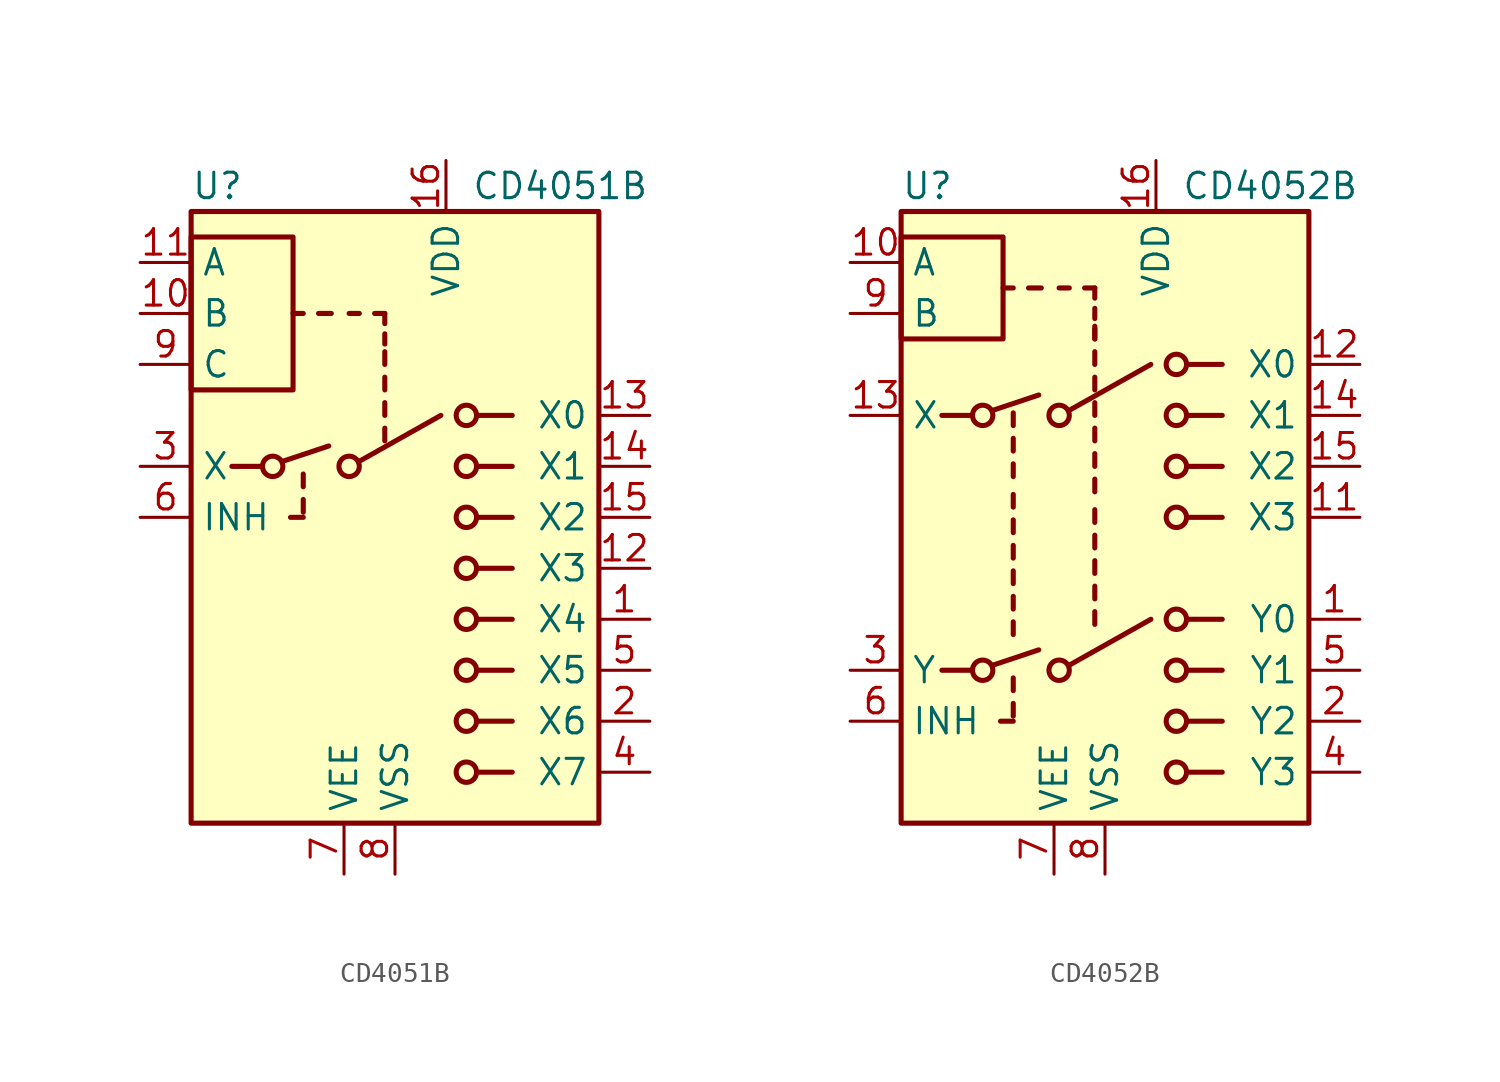
<source format=kicad_sym>
(kicad_symbol_lib
  (version 20200908)
  (generator kicad_symbol_editor)
  (symbol "Analog_Switch:CD4051B"
    (property "Reference" "U"
      (at -10.16 16.51 0)
      (effects (font (size 1.27 1.27)) (justify left)))
    (property "Value" "CD4051B"
      (at 3.81 16.51 0)
      (effects (font (size 1.27 1.27)) (justify left)))
    (symbol "CD4051B_0_1"
      (circle (center -6.096 2.54) (radius 0.508) (stroke (width 0.254)) (fill (type none)))
      (circle (center -2.286 2.54) (radius 0.508) (stroke (width 0.254)) (fill (type none)))
      (circle (center 3.556 -12.7) (radius 0.508) (stroke (width 0.254)) (fill (type none)))
      (circle (center 3.556 -10.16) (radius 0.508) (stroke (width 0.254)) (fill (type none)))
      (circle (center 3.556 -7.62) (radius 0.508) (stroke (width 0.254)) (fill (type none)))
      (circle (center 3.556 -5.08) (radius 0.508) (stroke (width 0.254)) (fill (type none)))
      (circle (center 3.556 -2.54) (radius 0.508) (stroke (width 0.254)) (fill (type none)))
      (circle (center 3.556 0) (radius 0.508) (stroke (width 0.254)) (fill (type none)))
      (circle (center 3.556 2.54) (radius 0.508) (stroke (width 0.254)) (fill (type none)))
      (circle (center 3.556 5.08) (radius 0.508) (stroke (width 0.254)) (fill (type none)))
      (rectangle (start -10.16 6.35) (end -5.08 13.97) (stroke (width 0.254)) (fill (type none)))
      (rectangle (start -10.16 15.24) (end 10.16 -15.24) (stroke (width 0.254)) (fill (type background)))
      (polyline (pts (xy -8.128 2.54) (xy -6.604 2.54)) (stroke (width 0.254)) (fill (type none)))
      (polyline (pts (xy -5.588 2.794) (xy -3.302 3.556)) (stroke (width 0.254)) (fill (type none)))
      (polyline (pts (xy -4.572 0) (xy -5.207 0)) (stroke (width 0.254)) (fill (type none)))
      (polyline (pts (xy -4.572 0.254) (xy -4.572 0.889)) (stroke (width 0.254)) (fill (type none)))
      (polyline (pts (xy -4.572 1.524) (xy -4.572 2.159)) (stroke (width 0.254)) (fill (type none)))
      (polyline (pts (xy -4.572 10.16) (xy -5.08 10.16)) (stroke (width 0.254)) (fill (type none)))
      (polyline (pts (xy -3.81 10.16) (xy -3.175 10.16)) (stroke (width 0.254)) (fill (type none)))
      (polyline (pts (xy -1.778 2.794) (xy 2.286 5.08)) (stroke (width 0.254)) (fill (type none)))
      (polyline (pts (xy -1.778 10.16) (xy -2.286 10.16)) (stroke (width 0.254)) (fill (type none)))
      (polyline (pts (xy -0.508 3.81) (xy -0.508 4.445)) (stroke (width 0.254)) (fill (type none)))
      (polyline (pts (xy -0.508 5.08) (xy -0.508 5.715)) (stroke (width 0.254)) (fill (type none)))
      (polyline (pts (xy -0.508 6.35) (xy -0.508 6.985)) (stroke (width 0.254)) (fill (type none)))
      (polyline (pts (xy -0.508 7.62) (xy -0.508 8.255)) (stroke (width 0.254)) (fill (type none)))
      (polyline (pts (xy -0.508 8.636) (xy -0.508 9.144)) (stroke (width 0.254)) (fill (type none)))
      (polyline (pts (xy -0.508 9.652) (xy -0.508 10.16)) (stroke (width 0.254)) (fill (type none)))
      (polyline (pts (xy -0.508 10.16) (xy -1.016 10.16)) (stroke (width 0.254)) (fill (type none)))
      (polyline (pts (xy 4.064 -12.7) (xy 5.842 -12.7)) (stroke (width 0.254)) (fill (type none)))
      (polyline (pts (xy 4.064 -10.16) (xy 5.842 -10.16)) (stroke (width 0.254)) (fill (type none)))
      (polyline (pts (xy 4.064 -7.62) (xy 5.842 -7.62)) (stroke (width 0.254)) (fill (type none)))
      (polyline (pts (xy 4.064 -5.08) (xy 5.842 -5.08)) (stroke (width 0.254)) (fill (type none)))
      (polyline (pts (xy 4.064 -2.54) (xy 5.842 -2.54)) (stroke (width 0.254)) (fill (type none)))
      (polyline (pts (xy 4.064 0) (xy 5.842 0)) (stroke (width 0.254)) (fill (type none)))
      (polyline (pts (xy 4.064 2.54) (xy 5.842 2.54)) (stroke (width 0.254)) (fill (type none)))
      (polyline (pts (xy 4.064 5.08) (xy 5.842 5.08)) (stroke (width 0.254)) (fill (type none))))
    (symbol "CD4051B_1_1"
      (pin bidirectional line (at 12.7 -5.08 180) (length 2.54) (name "X4" (effects (font (size 1.27 1.27)))) (number "1" (effects (font (size 1.27 1.27)))))
      (pin input line (at -12.7 10.16 0) (length 2.54) (name "B" (effects (font (size 1.27 1.27)))) (number "10" (effects (font (size 1.27 1.27)))))
      (pin input line (at -12.7 12.7 0) (length 2.54) (name "A" (effects (font (size 1.27 1.27)))) (number "11" (effects (font (size 1.27 1.27)))))
      (pin bidirectional line (at 12.7 -2.54 180) (length 2.54) (name "X3" (effects (font (size 1.27 1.27)))) (number "12" (effects (font (size 1.27 1.27)))))
      (pin bidirectional line (at 12.7 5.08 180) (length 2.54) (name "X0" (effects (font (size 1.27 1.27)))) (number "13" (effects (font (size 1.27 1.27)))))
      (pin bidirectional line (at 12.7 2.54 180) (length 2.54) (name "X1" (effects (font (size 1.27 1.27)))) (number "14" (effects (font (size 1.27 1.27)))))
      (pin bidirectional line (at 12.7 0 180) (length 2.54) (name "X2" (effects (font (size 1.27 1.27)))) (number "15" (effects (font (size 1.27 1.27)))))
      (pin power_in line (at 2.54 17.78 270) (length 2.54) (name "VDD" (effects (font (size 1.27 1.27)))) (number "16" (effects (font (size 1.27 1.27)))))
      (pin bidirectional line (at 12.7 -10.16 180) (length 2.54) (name "X6" (effects (font (size 1.27 1.27)))) (number "2" (effects (font (size 1.27 1.27)))))
      (pin bidirectional line (at -12.7 2.54 0) (length 2.54) (name "X" (effects (font (size 1.27 1.27)))) (number "3" (effects (font (size 1.27 1.27)))))
      (pin bidirectional line (at 12.7 -12.7 180) (length 2.54) (name "X7" (effects (font (size 1.27 1.27)))) (number "4" (effects (font (size 1.27 1.27)))))
      (pin bidirectional line (at 12.7 -7.62 180) (length 2.54) (name "X5" (effects (font (size 1.27 1.27)))) (number "5" (effects (font (size 1.27 1.27)))))
      (pin input line (at -12.7 0 0) (length 2.54) (name "INH" (effects (font (size 1.27 1.27)))) (number "6" (effects (font (size 1.27 1.27)))))
      (pin power_in line (at -2.54 -17.78 90) (length 2.54) (name "VEE" (effects (font (size 1.27 1.27)))) (number "7" (effects (font (size 1.27 1.27)))))
      (pin power_in line (at 0 -17.78 90) (length 2.54) (name "VSS" (effects (font (size 1.27 1.27)))) (number "8" (effects (font (size 1.27 1.27)))))
      (pin input line (at -12.7 7.62 0) (length 2.54) (name "C" (effects (font (size 1.27 1.27)))) (number "9" (effects (font (size 1.27 1.27)))))))
  (symbol "Analog_Switch:CD4052B"
    (property "Reference" "U"
      (at -10.16 16.51 0)
      (effects (font (size 1.27 1.27)) (justify left)))
    (property "Value" "CD4052B"
      (at 3.81 16.51 0)
      (effects (font (size 1.27 1.27)) (justify left)))
    (symbol "CD4052B_0_1"
      (circle (center -6.096 -7.62) (radius 0.508) (stroke (width 0.254)) (fill (type none)))
      (circle (center -6.096 5.08) (radius 0.508) (stroke (width 0.254)) (fill (type none)))
      (circle (center -2.286 -7.62) (radius 0.508) (stroke (width 0.254)) (fill (type none)))
      (circle (center -2.286 5.08) (radius 0.508) (stroke (width 0.254)) (fill (type none)))
      (circle (center 3.556 -12.7) (radius 0.508) (stroke (width 0.254)) (fill (type none)))
      (circle (center 3.556 -10.16) (radius 0.508) (stroke (width 0.254)) (fill (type none)))
      (circle (center 3.556 -7.62) (radius 0.508) (stroke (width 0.254)) (fill (type none)))
      (circle (center 3.556 -5.08) (radius 0.508) (stroke (width 0.254)) (fill (type none)))
      (circle (center 3.556 0) (radius 0.508) (stroke (width 0.254)) (fill (type none)))
      (circle (center 3.556 2.54) (radius 0.508) (stroke (width 0.254)) (fill (type none)))
      (circle (center 3.556 5.08) (radius 0.508) (stroke (width 0.254)) (fill (type none)))
      (circle (center 3.556 7.62) (radius 0.508) (stroke (width 0.254)) (fill (type none)))
      (rectangle (start -10.16 8.89) (end -5.08 13.97) (stroke (width 0.254)) (fill (type none)))
      (rectangle (start -10.16 15.24) (end 10.16 -15.24) (stroke (width 0.254)) (fill (type background)))
      (polyline (pts (xy -8.128 -7.62) (xy -6.604 -7.62)) (stroke (width 0.254)) (fill (type none)))
      (polyline (pts (xy -8.128 5.08) (xy -6.604 5.08)) (stroke (width 0.254)) (fill (type none)))
      (polyline (pts (xy -5.588 -7.366) (xy -3.302 -6.604)) (stroke (width 0.254)) (fill (type none)))
      (polyline (pts (xy -5.588 5.334) (xy -3.302 6.096)) (stroke (width 0.254)) (fill (type none)))
      (polyline (pts (xy -4.572 -10.16) (xy -5.207 -10.16)) (stroke (width 0.254)) (fill (type none)))
      (polyline (pts (xy -4.572 -9.906) (xy -4.572 -9.271)) (stroke (width 0.254)) (fill (type none)))
      (polyline (pts (xy -4.572 -8.636) (xy -4.572 -8.001)) (stroke (width 0.254)) (fill (type none)))
      (polyline (pts (xy -4.572 -5.842) (xy -4.572 -5.207)) (stroke (width 0.254)) (fill (type none)))
      (polyline (pts (xy -4.572 -4.572) (xy -4.572 -3.937)) (stroke (width 0.254)) (fill (type none)))
      (polyline (pts (xy -4.572 -3.302) (xy -4.572 -2.667)) (stroke (width 0.254)) (fill (type none)))
      (polyline (pts (xy -4.572 -2.032) (xy -4.572 -1.397)) (stroke (width 0.254)) (fill (type none)))
      (polyline (pts (xy -4.572 -0.762) (xy -4.572 -0.127)) (stroke (width 0.254)) (fill (type none)))
      (polyline (pts (xy -4.572 0.508) (xy -4.572 1.143)) (stroke (width 0.254)) (fill (type none)))
      (polyline (pts (xy -4.572 2.032) (xy -4.572 2.667)) (stroke (width 0.254)) (fill (type none)))
      (polyline (pts (xy -4.572 3.302) (xy -4.572 3.937)) (stroke (width 0.254)) (fill (type none)))
      (polyline (pts (xy -4.572 4.572) (xy -4.572 5.207)) (stroke (width 0.254)) (fill (type none)))
      (polyline (pts (xy -4.572 11.43) (xy -5.08 11.43)) (stroke (width 0.254)) (fill (type none)))
      (polyline (pts (xy -3.81 11.43) (xy -3.175 11.43)) (stroke (width 0.254)) (fill (type none)))
      (polyline (pts (xy -1.778 -7.366) (xy 2.286 -5.08)) (stroke (width 0.254)) (fill (type none)))
      (polyline (pts (xy -1.778 5.334) (xy 2.286 7.62)) (stroke (width 0.254)) (fill (type none)))
      (polyline (pts (xy -1.778 11.43) (xy -2.286 11.43)) (stroke (width 0.254)) (fill (type none)))
      (polyline (pts (xy -0.508 -5.334) (xy -0.508 -4.699)) (stroke (width 0.254)) (fill (type none)))
      (polyline (pts (xy -0.508 -4.064) (xy -0.508 -3.429)) (stroke (width 0.254)) (fill (type none)))
      (polyline (pts (xy -0.508 -2.794) (xy -0.508 -2.159)) (stroke (width 0.254)) (fill (type none)))
      (polyline (pts (xy -0.508 -1.524) (xy -0.508 -0.889)) (stroke (width 0.254)) (fill (type none)))
      (polyline (pts (xy -0.508 -0.254) (xy -0.508 0.381)) (stroke (width 0.254)) (fill (type none)))
      (polyline (pts (xy -0.508 1.27) (xy -0.508 1.905)) (stroke (width 0.254)) (fill (type none)))
      (polyline (pts (xy -0.508 2.54) (xy -0.508 3.175)) (stroke (width 0.254)) (fill (type none)))
      (polyline (pts (xy -0.508 3.81) (xy -0.508 4.445)) (stroke (width 0.254)) (fill (type none)))
      (polyline (pts (xy -0.508 5.08) (xy -0.508 5.715)) (stroke (width 0.254)) (fill (type none)))
      (polyline (pts (xy -0.508 6.35) (xy -0.508 6.985)) (stroke (width 0.254)) (fill (type none)))
      (polyline (pts (xy -0.508 7.62) (xy -0.508 8.255)) (stroke (width 0.254)) (fill (type none)))
      (polyline (pts (xy -0.508 8.89) (xy -0.508 9.398)) (stroke (width 0.254)) (fill (type none)))
      (polyline (pts (xy -0.508 8.89) (xy -0.508 9.525)) (stroke (width 0.254)) (fill (type none)))
      (polyline (pts (xy -0.508 9.906) (xy -0.508 10.414)) (stroke (width 0.254)) (fill (type none)))
      (polyline (pts (xy -0.508 10.922) (xy -0.508 11.43)) (stroke (width 0.254)) (fill (type none)))
      (polyline (pts (xy -0.508 11.43) (xy -1.016 11.43)) (stroke (width 0.254)) (fill (type none)))
      (polyline (pts (xy 4.064 -12.7) (xy 5.842 -12.7)) (stroke (width 0.254)) (fill (type none)))
      (polyline (pts (xy 4.064 -10.16) (xy 5.842 -10.16)) (stroke (width 0.254)) (fill (type none)))
      (polyline (pts (xy 4.064 -7.62) (xy 5.842 -7.62)) (stroke (width 0.254)) (fill (type none)))
      (polyline (pts (xy 4.064 -5.08) (xy 5.842 -5.08)) (stroke (width 0.254)) (fill (type none)))
      (polyline (pts (xy 4.064 0) (xy 5.842 0)) (stroke (width 0.254)) (fill (type none)))
      (polyline (pts (xy 4.064 2.54) (xy 5.842 2.54)) (stroke (width 0.254)) (fill (type none)))
      (polyline (pts (xy 4.064 5.08) (xy 5.842 5.08)) (stroke (width 0.254)) (fill (type none)))
      (polyline (pts (xy 4.064 7.62) (xy 5.842 7.62)) (stroke (width 0.254)) (fill (type none))))
    (symbol "CD4052B_1_1"
      (pin bidirectional line (at 12.7 -5.08 180) (length 2.54) (name "Y0" (effects (font (size 1.27 1.27)))) (number "1" (effects (font (size 1.27 1.27)))))
      (pin input line (at -12.7 12.7 0) (length 2.54) (name "A" (effects (font (size 1.27 1.27)))) (number "10" (effects (font (size 1.27 1.27)))))
      (pin bidirectional line (at 12.7 0 180) (length 2.54) (name "X3" (effects (font (size 1.27 1.27)))) (number "11" (effects (font (size 1.27 1.27)))))
      (pin bidirectional line (at 12.7 7.62 180) (length 2.54) (name "X0" (effects (font (size 1.27 1.27)))) (number "12" (effects (font (size 1.27 1.27)))))
      (pin bidirectional line (at -12.7 5.08 0) (length 2.54) (name "X" (effects (font (size 1.27 1.27)))) (number "13" (effects (font (size 1.27 1.27)))))
      (pin bidirectional line (at 12.7 5.08 180) (length 2.54) (name "X1" (effects (font (size 1.27 1.27)))) (number "14" (effects (font (size 1.27 1.27)))))
      (pin bidirectional line (at 12.7 2.54 180) (length 2.54) (name "X2" (effects (font (size 1.27 1.27)))) (number "15" (effects (font (size 1.27 1.27)))))
      (pin power_in line (at 2.54 17.78 270) (length 2.54) (name "VDD" (effects (font (size 1.27 1.27)))) (number "16" (effects (font (size 1.27 1.27)))))
      (pin bidirectional line (at 12.7 -10.16 180) (length 2.54) (name "Y2" (effects (font (size 1.27 1.27)))) (number "2" (effects (font (size 1.27 1.27)))))
      (pin bidirectional line (at -12.7 -7.62 0) (length 2.54) (name "Y" (effects (font (size 1.27 1.27)))) (number "3" (effects (font (size 1.27 1.27)))))
      (pin bidirectional line (at 12.7 -12.7 180) (length 2.54) (name "Y3" (effects (font (size 1.27 1.27)))) (number "4" (effects (font (size 1.27 1.27)))))
      (pin bidirectional line (at 12.7 -7.62 180) (length 2.54) (name "Y1" (effects (font (size 1.27 1.27)))) (number "5" (effects (font (size 1.27 1.27)))))
      (pin input line (at -12.7 -10.16 0) (length 2.54) (name "INH" (effects (font (size 1.27 1.27)))) (number "6" (effects (font (size 1.27 1.27)))))
      (pin power_in line (at -2.54 -17.78 90) (length 2.54) (name "VEE" (effects (font (size 1.27 1.27)))) (number "7" (effects (font (size 1.27 1.27)))))
      (pin power_in line (at 0 -17.78 90) (length 2.54) (name "VSS" (effects (font (size 1.27 1.27)))) (number "8" (effects (font (size 1.27 1.27)))))
      (pin input line (at -12.7 10.16 0) (length 2.54) (name "B" (effects (font (size 1.27 1.27)))) (number "9" (effects (font (size 1.27 1.27))))))))
</source>
